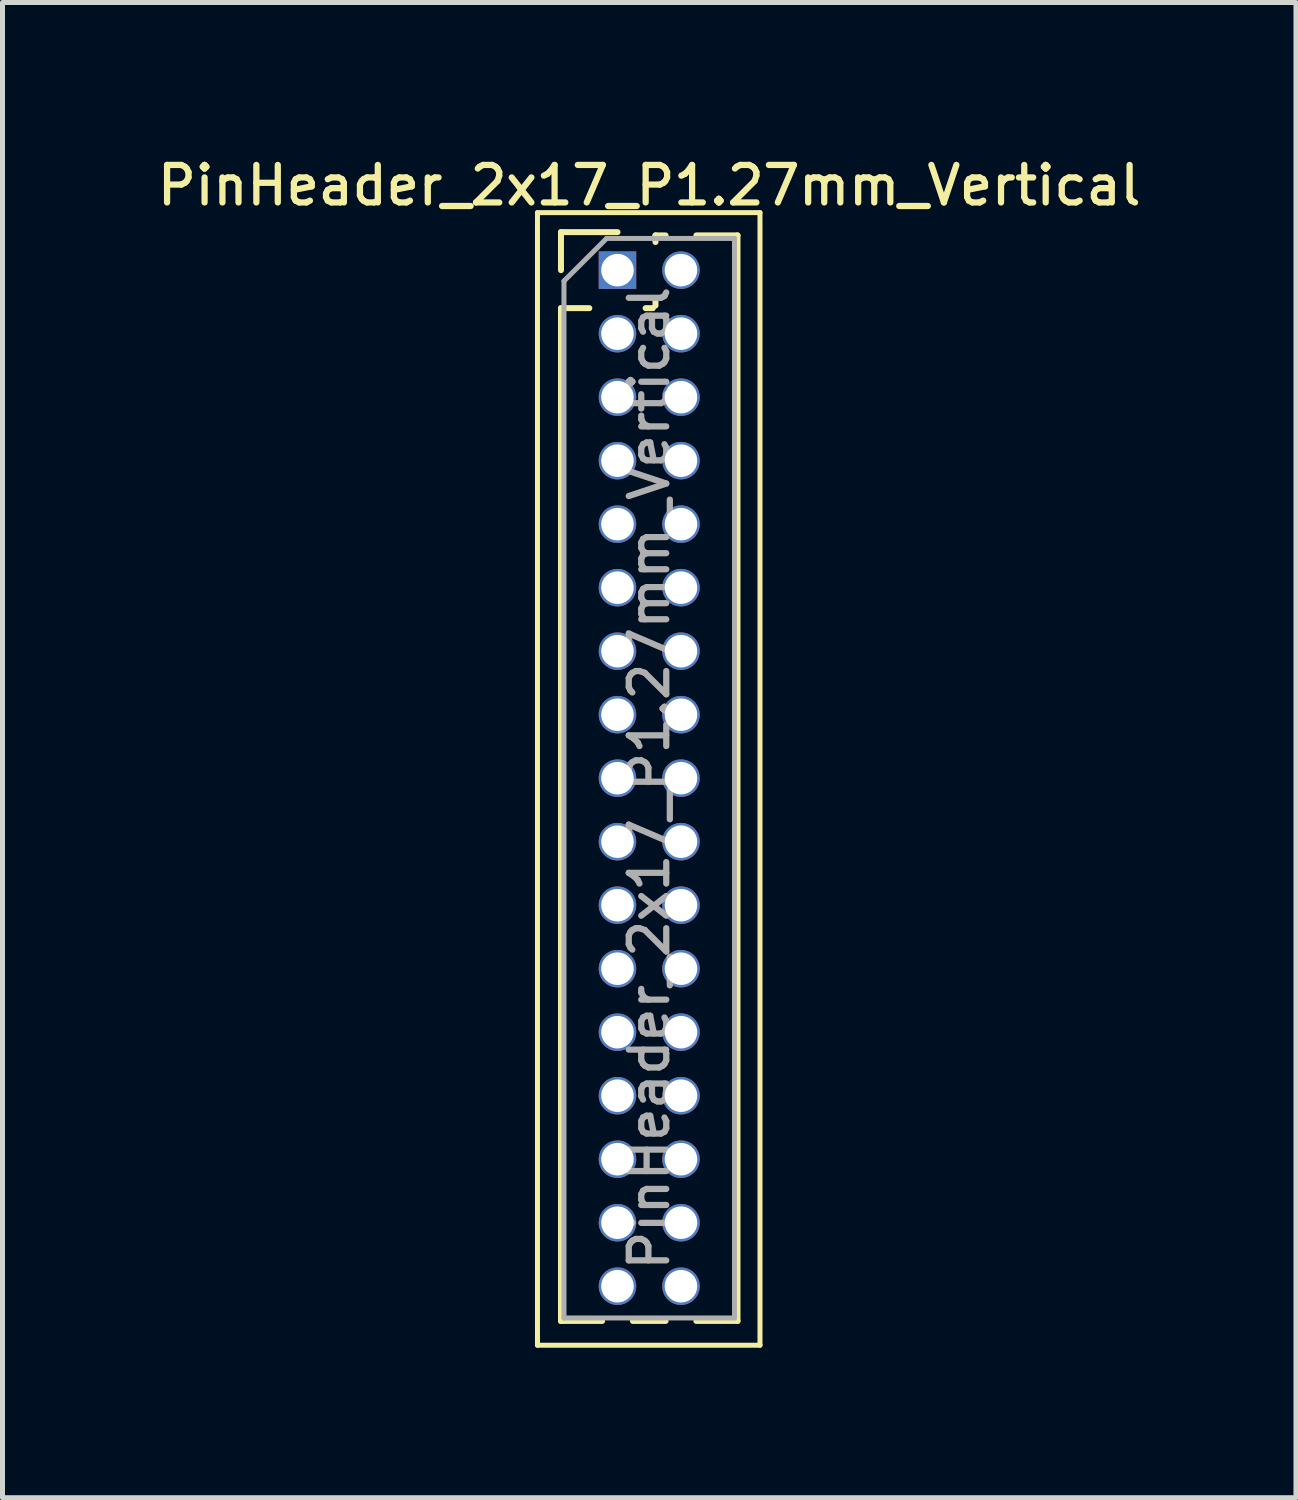
<source format=kicad_pcb>
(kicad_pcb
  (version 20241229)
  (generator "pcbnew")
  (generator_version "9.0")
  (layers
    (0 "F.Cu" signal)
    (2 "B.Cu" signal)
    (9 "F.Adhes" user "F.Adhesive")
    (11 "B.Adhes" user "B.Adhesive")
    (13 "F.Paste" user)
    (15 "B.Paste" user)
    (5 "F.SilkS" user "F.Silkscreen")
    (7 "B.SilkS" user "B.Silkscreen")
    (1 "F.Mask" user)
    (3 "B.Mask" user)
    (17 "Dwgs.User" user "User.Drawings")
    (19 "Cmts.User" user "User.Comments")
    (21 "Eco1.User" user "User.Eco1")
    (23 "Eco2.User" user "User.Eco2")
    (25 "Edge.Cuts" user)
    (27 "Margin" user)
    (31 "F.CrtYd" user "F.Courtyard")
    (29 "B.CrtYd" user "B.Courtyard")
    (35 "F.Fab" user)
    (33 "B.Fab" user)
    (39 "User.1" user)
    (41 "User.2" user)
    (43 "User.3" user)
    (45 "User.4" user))
  (footprint "PinHeader_2x17_P1.27mm_Vertical"
    (layer "F.Cu")
    (at 9.299 2.353)
    (property "Reference" "PinHeader_2x17_P1.27mm_Vertical" (at 0.635 -1.695 0) (layer "F.SilkS") (effects (font (size 0.75 0.75) (thickness 0.125))))
    (attr through_hole)
    (fp_line (start -1.6 -1.15) (end -1.6 21.5) (stroke (width 0.1) (type solid)) (layer "F.SilkS"))
    (fp_line (start -1.6 21.5) (end 2.85 21.5) (stroke (width 0.1) (type solid)) (layer "F.SilkS"))
    (fp_line (start -1.13 -0.76) (end 0 -0.76) (stroke (width 0.12) (type solid)) (layer "F.SilkS"))
    (fp_line (start -1.13 0) (end -1.13 -0.76) (stroke (width 0.12) (type solid)) (layer "F.SilkS"))
    (fp_line (start -1.13 0.76) (end -1.13 21.015) (stroke (width 0.12) (type solid)) (layer "F.SilkS"))
    (fp_line (start -1.13 0.76) (end -0.563 0.76) (stroke (width 0.12) (type solid)) (layer "F.SilkS"))
    (fp_line (start -1.13 21.015) (end -0.308 21.015) (stroke (width 0.12) (type solid)) (layer "F.SilkS"))
    (fp_line (start 0.308 21.015) (end 0.962 21.015) (stroke (width 0.12) (type solid)) (layer "F.SilkS"))
    (fp_line (start 0.563 0.76) (end 0.707 0.76) (stroke (width 0.12) (type solid)) (layer "F.SilkS"))
    (fp_line (start 0.76 -0.695) (end 0.962 -0.695) (stroke (width 0.12) (type solid)) (layer "F.SilkS"))
    (fp_line (start 0.76 -0.563) (end 0.76 -0.695) (stroke (width 0.12) (type solid)) (layer "F.SilkS"))
    (fp_line (start 0.76 0.707) (end 0.76 0.563) (stroke (width 0.12) (type solid)) (layer "F.SilkS"))
    (fp_line (start 1.578 -0.695) (end 2.4 -0.695) (stroke (width 0.12) (type solid)) (layer "F.SilkS"))
    (fp_line (start 1.578 21.015) (end 2.4 21.015) (stroke (width 0.12) (type solid)) (layer "F.SilkS"))
    (fp_line (start 2.4 -0.695) (end 2.4 21.015) (stroke (width 0.12) (type solid)) (layer "F.SilkS"))
    (fp_line (start 2.85 -1.15) (end -1.6 -1.15) (stroke (width 0.1) (type solid)) (layer "F.SilkS"))
    (fp_line (start 2.85 21.5) (end 2.85 -1.15) (stroke (width 0.1) (type solid)) (layer "F.SilkS"))
    (fp_line (start -1.07 0.217) (end -0.217 -0.635) (stroke (width 0.1) (type solid)) (layer "F.Fab"))
    (fp_line (start -1.07 20.955) (end -1.07 0.217) (stroke (width 0.1) (type solid)) (layer "F.Fab"))
    (fp_line (start -0.217 -0.635) (end 2.34 -0.635) (stroke (width 0.1) (type solid)) (layer "F.Fab"))
    (fp_line (start 2.34 -0.635) (end 2.34 20.955) (stroke (width 0.1) (type solid)) (layer "F.Fab"))
    (fp_line (start 2.34 20.955) (end -1.07 20.955) (stroke (width 0.1) (type solid)) (layer "F.Fab"))
    (fp_text user "${REFERENCE}" (at 0.635 10.16 90) (layer "F.Fab") (effects (font (size 0.75 0.75) (thickness 0.125))))
    (pad "1" thru_hole rect (at 0 0) (size 0.75 0.75) (drill 0.65) (layers "*.Cu" "*.Mask"))
    (pad "2" thru_hole oval (at 1.27 0) (size 0.75 0.75) (drill 0.65) (layers "*.Cu" "*.Mask"))
    (pad "3" thru_hole oval (at 0 1.27) (size 0.75 0.75) (drill 0.65) (layers "*.Cu" "*.Mask"))
    (pad "4" thru_hole oval (at 1.27 1.27) (size 0.75 0.75) (drill 0.65) (layers "*.Cu" "*.Mask"))
    (pad "5" thru_hole oval (at 0 2.54) (size 0.75 0.75) (drill 0.65) (layers "*.Cu" "*.Mask"))
    (pad "6" thru_hole oval (at 1.27 2.54) (size 0.75 0.75) (drill 0.65) (layers "*.Cu" "*.Mask"))
    (pad "7" thru_hole oval (at 0 3.81) (size 0.75 0.75) (drill 0.65) (layers "*.Cu" "*.Mask"))
    (pad "8" thru_hole oval (at 1.27 3.81) (size 0.75 0.75) (drill 0.65) (layers "*.Cu" "*.Mask"))
    (pad "9" thru_hole oval (at 0 5.08) (size 0.75 0.75) (drill 0.65) (layers "*.Cu" "*.Mask"))
    (pad "10" thru_hole oval (at 1.27 5.08) (size 0.75 0.75) (drill 0.65) (layers "*.Cu" "*.Mask"))
    (pad "11" thru_hole oval (at 0 6.35) (size 0.75 0.75) (drill 0.65) (layers "*.Cu" "*.Mask"))
    (pad "12" thru_hole oval (at 1.27 6.35) (size 0.75 0.75) (drill 0.65) (layers "*.Cu" "*.Mask"))
    (pad "13" thru_hole oval (at 0 7.62) (size 0.75 0.75) (drill 0.65) (layers "*.Cu" "*.Mask"))
    (pad "14" thru_hole oval (at 1.27 7.62) (size 0.75 0.75) (drill 0.65) (layers "*.Cu" "*.Mask"))
    (pad "15" thru_hole oval (at 0 8.89) (size 0.75 0.75) (drill 0.65) (layers "*.Cu" "*.Mask"))
    (pad "16" thru_hole oval (at 1.27 8.89) (size 0.75 0.75) (drill 0.65) (layers "*.Cu" "*.Mask"))
    (pad "17" thru_hole oval (at 0 10.16) (size 0.75 0.75) (drill 0.65) (layers "*.Cu" "*.Mask"))
    (pad "18" thru_hole oval (at 1.27 10.16) (size 0.75 0.75) (drill 0.65) (layers "*.Cu" "*.Mask"))
    (pad "19" thru_hole oval (at 0 11.43) (size 0.75 0.75) (drill 0.65) (layers "*.Cu" "*.Mask"))
    (pad "20" thru_hole oval (at 1.27 11.43) (size 0.75 0.75) (drill 0.65) (layers "*.Cu" "*.Mask"))
    (pad "21" thru_hole oval (at 0 12.7) (size 0.75 0.75) (drill 0.65) (layers "*.Cu" "*.Mask"))
    (pad "22" thru_hole oval (at 1.27 12.7) (size 0.75 0.75) (drill 0.65) (layers "*.Cu" "*.Mask"))
    (pad "23" thru_hole oval (at 0 13.97) (size 0.75 0.75) (drill 0.65) (layers "*.Cu" "*.Mask"))
    (pad "24" thru_hole oval (at 1.27 13.97) (size 0.75 0.75) (drill 0.65) (layers "*.Cu" "*.Mask"))
    (pad "25" thru_hole oval (at 0 15.24) (size 0.75 0.75) (drill 0.65) (layers "*.Cu" "*.Mask"))
    (pad "26" thru_hole oval (at 1.27 15.24) (size 0.75 0.75) (drill 0.65) (layers "*.Cu" "*.Mask"))
    (pad "27" thru_hole oval (at 0 16.51) (size 0.75 0.75) (drill 0.65) (layers "*.Cu" "*.Mask"))
    (pad "28" thru_hole oval (at 1.27 16.51) (size 0.75 0.75) (drill 0.65) (layers "*.Cu" "*.Mask"))
    (pad "29" thru_hole oval (at 0 17.78) (size 0.75 0.75) (drill 0.65) (layers "*.Cu" "*.Mask"))
    (pad "30" thru_hole oval (at 1.27 17.78) (size 0.75 0.75) (drill 0.65) (layers "*.Cu" "*.Mask"))
    (pad "31" thru_hole oval (at 0 19.05) (size 0.75 0.75) (drill 0.65) (layers "*.Cu" "*.Mask"))
    (pad "32" thru_hole oval (at 1.27 19.05) (size 0.75 0.75) (drill 0.65) (layers "*.Cu" "*.Mask"))
    (pad "33" thru_hole oval (at 0 20.32) (size 0.75 0.75) (drill 0.65) (layers "*.Cu" "*.Mask"))
    (pad "34" thru_hole oval (at 1.27 20.32) (size 0.75 0.75) (drill 0.65) (layers "*.Cu" "*.Mask")))
  (gr_rect
    (start -3 -3)
    (end 22.868 26.903)
    (stroke (width 0.1) (type default))
    (fill no)
    (layer "Edge.Cuts")))
</source>
